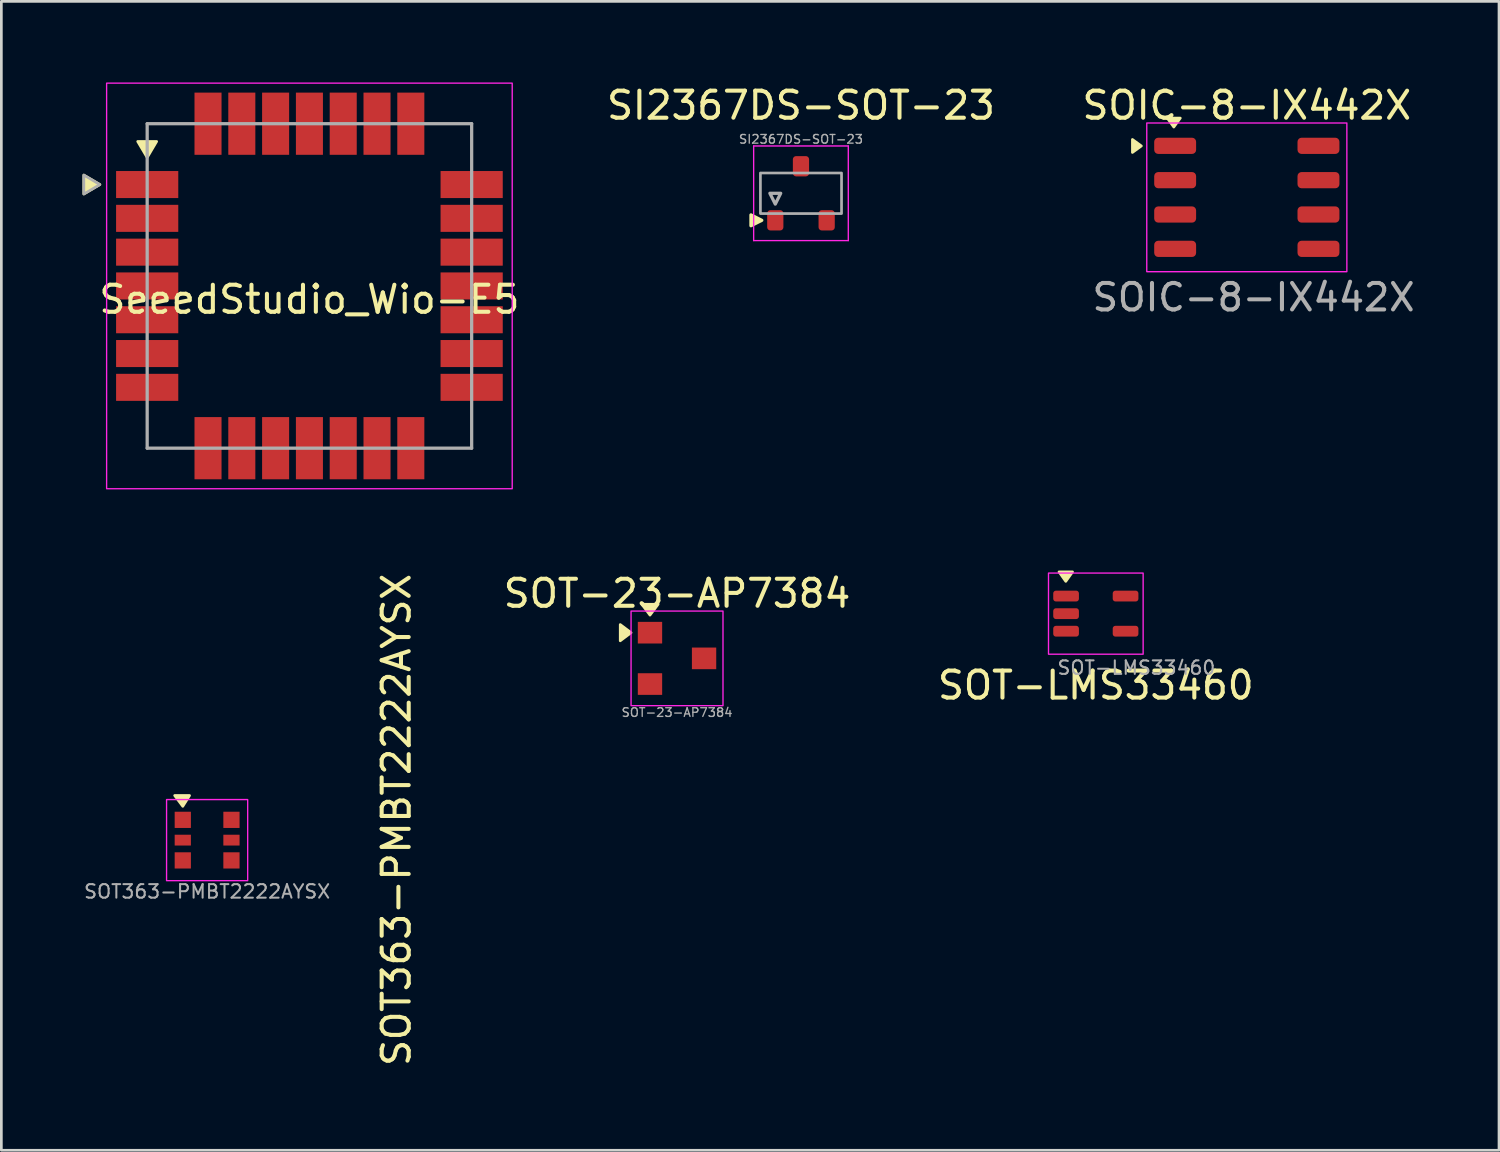
<source format=kicad_pcb>
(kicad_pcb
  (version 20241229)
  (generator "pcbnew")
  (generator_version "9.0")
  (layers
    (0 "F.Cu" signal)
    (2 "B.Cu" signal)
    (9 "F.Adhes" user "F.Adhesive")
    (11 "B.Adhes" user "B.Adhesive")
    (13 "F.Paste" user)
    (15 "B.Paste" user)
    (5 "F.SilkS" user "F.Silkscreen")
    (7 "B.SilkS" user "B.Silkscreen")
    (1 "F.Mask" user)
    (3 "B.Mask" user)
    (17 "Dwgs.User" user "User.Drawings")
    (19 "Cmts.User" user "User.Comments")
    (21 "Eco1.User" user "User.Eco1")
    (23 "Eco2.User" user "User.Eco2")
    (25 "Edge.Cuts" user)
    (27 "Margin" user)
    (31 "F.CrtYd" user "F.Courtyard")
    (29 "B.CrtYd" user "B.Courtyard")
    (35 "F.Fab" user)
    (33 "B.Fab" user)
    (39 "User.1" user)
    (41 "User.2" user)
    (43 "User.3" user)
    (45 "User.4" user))
  (footprint "SOT-23-AP7384"
    (layer "F.Cu")
    (at 21.988 21.298)
    (property "Reference" "SOT-23-AP7384" (at 0 -2.4 180) (layer "F.SilkS") (effects (font (size 1 1) (thickness 0.15))))
    (attr smd)
    (fp_poly (pts (xy -1.7 -0.95) (xy -2.1 -0.65) (xy -2.1 -1.25)) (stroke (width 0.1) (type solid)) (fill yes) (layer "F.SilkS"))
    (fp_poly (pts (xy -1 -1.6) (xy -1.3 -2) (xy -0.7 -2)) (stroke (width 0.1) (type solid)) (fill yes) (layer "F.SilkS"))
    (fp_rect (start -1.7 -1.75) (end 1.7 1.75) (stroke (width 0.05) (type default)) (fill no) (layer "F.CrtYd"))
    (fp_text user "${REFERENCE}" (at 0 2 180) (layer "F.Fab") (effects (font (size 0.32 0.32) (thickness 0.05))))
    (pad "1" smd rect (at -1 -0.95) (size 0.9 0.8) (layers "F.Cu" "F.Mask" "F.Paste"))
    (pad "2" smd rect (at -1 0.95) (size 0.9 0.8) (layers "F.Cu" "F.Mask" "F.Paste"))
    (pad "3" smd rect (at 1 0) (size 0.9 0.8) (layers "F.Cu" "F.Mask" "F.Paste")))
  (footprint "SOT-LMS33460"
    (layer "F.Cu")
    (at 37.476 19.644)
    (property "Reference" "SOT-LMS33460" (at 0 2.65 180) (layer "F.SilkS") (effects (font (size 1 1) (thickness 0.15))))
    (attr smd)
    (fp_poly (pts (xy -1.111 -1.194) (xy -1.361 -1.544) (xy -0.861 -1.544)) (stroke (width 0.1) (type solid)) (fill yes) (layer "F.SilkS"))
    (fp_rect (start -1.75 -1.5) (end 1.75 1.5) (stroke (width 0.05) (type default)) (fill no) (layer "F.CrtYd"))
    (fp_text user "${REFERENCE}" (at 1.5 2 180) (layer "F.Fab") (effects (font (size 0.5 0.5) (thickness 0.075))))
    (pad "1" smd roundrect (at -1.1 -0.65) (size 0.95 0.4) (layers "F.Cu" "F.Mask" "F.Paste") (roundrect_rratio 0.25))
    (pad "2" smd roundrect (at -1.1 0) (size 0.95 0.4) (layers "F.Cu" "F.Mask" "F.Paste") (roundrect_rratio 0.25))
    (pad "3" smd roundrect (at -1.1 0.65) (size 0.95 0.4) (layers "F.Cu" "F.Mask" "F.Paste") (roundrect_rratio 0.25))
    (pad "4" smd roundrect (at 1.1 0.65) (size 0.95 0.4) (layers "F.Cu" "F.Mask" "F.Paste") (roundrect_rratio 0.25))
    (pad "5" smd roundrect (at 1.1 -0.65) (size 0.95 0.4) (layers "F.Cu" "F.Mask" "F.Paste") (roundrect_rratio 0.25)))
  (footprint "SI2367DS-SOT-23"
    (layer "F.Cu")
    (at 26.572 4.098)
    (property "Reference" "SI2367DS-SOT-23" (at 0 -3.25 180) (layer "F.SilkS") (effects (font (size 1 1) (thickness 0.15))))
    (attr smd)
    (fp_poly (pts (xy -1.85 1.2) (xy -1.85 0.8) (xy -1.45 1)) (stroke (width 0.12) (type solid)) (fill yes) (layer "F.SilkS"))
    (fp_line (start -1.75 -1.75) (end -1.75 1.75) (stroke (width 0.05) (type solid)) (layer "F.CrtYd"))
    (fp_line (start -1.75 1.75) (end 1.75 1.75) (stroke (width 0.05) (type solid)) (layer "F.CrtYd"))
    (fp_line (start 1.75 -1.75) (end -1.75 -1.75) (stroke (width 0.05) (type solid)) (layer "F.CrtYd"))
    (fp_line (start 1.75 1.75) (end 1.75 -1.75) (stroke (width 0.05) (type solid)) (layer "F.CrtYd"))
    (fp_rect (start -1.5 -0.75) (end 1.5 0.75) (stroke (width 0.1) (type default)) (fill no) (layer "F.Fab"))
    (fp_poly (pts (xy -1.15 0) (xy -0.75 0) (xy -0.95 0.4)) (stroke (width 0.12) (type solid)) (fill no) (layer "F.Fab"))
    (fp_text user "${REFERENCE}" (at 0 -2 180) (layer "F.Fab") (effects (font (size 0.32 0.32) (thickness 0.05))))
    (pad "1" smd roundrect (at -0.95 1) (size 0.6 0.75) (layers "F.Cu" "F.Mask" "F.Paste") (roundrect_rratio 0.2))
    (pad "2" smd roundrect (at 0.95 1) (size 0.6 0.75) (layers "F.Cu" "F.Mask" "F.Paste") (roundrect_rratio 0.2))
    (pad "3" smd roundrect (at 0 -1) (size 0.6 0.75) (layers "F.Cu" "F.Mask" "F.Paste") (roundrect_rratio 0.2)))
  (footprint "SOIC-8-IX442X"
    (layer "F.Cu")
    (at 43.06 4.248)
    (property "Reference" "SOIC-8-IX442X" (at 0 -3.4 0) (layer "F.SilkS") (effects (font (size 1 1) (thickness 0.15))))
    (attr smd)
    (fp_poly (pts (xy -3.9 -1.9) (xy -4.23 -1.66) (xy -4.23 -2.14) (xy -3.9 -1.9)) (stroke (width 0.1) (type solid)) (fill yes) (layer "F.SilkS"))
    (fp_poly (pts (xy -2.7 -2.6) (xy -2.94 -2.93) (xy -2.46 -2.93) (xy -2.7 -2.6)) (stroke (width 0.1) (type solid)) (fill yes) (layer "F.SilkS"))
    (fp_rect (start -3.7 -2.75) (end 3.7 2.75) (stroke (width 0.05) (type default)) (fill no) (layer "F.CrtYd"))
    (fp_text user "${REFERENCE}" (at 0.25 3.7 0) (layer "F.Fab") (effects (font (size 0.98 0.98) (thickness 0.15))))
    (pad "1" smd roundrect (at -2.65 -1.905) (size 1.55 0.6) (layers "F.Cu" "F.Mask" "F.Paste") (roundrect_rratio 0.25))
    (pad "2" smd roundrect (at -2.65 -0.635) (size 1.55 0.6) (layers "F.Cu" "F.Mask" "F.Paste") (roundrect_rratio 0.25))
    (pad "3" smd roundrect (at -2.65 0.635) (size 1.55 0.6) (layers "F.Cu" "F.Mask" "F.Paste") (roundrect_rratio 0.25))
    (pad "4" smd roundrect (at -2.65 1.905) (size 1.55 0.6) (layers "F.Cu" "F.Mask" "F.Paste") (roundrect_rratio 0.25))
    (pad "5" smd roundrect (at 2.65 1.905) (size 1.55 0.6) (layers "F.Cu" "F.Mask" "F.Paste") (roundrect_rratio 0.25))
    (pad "6" smd roundrect (at 2.65 0.635) (size 1.55 0.6) (layers "F.Cu" "F.Mask" "F.Paste") (roundrect_rratio 0.25))
    (pad "7" smd roundrect (at 2.65 -0.635) (size 1.55 0.6) (layers "F.Cu" "F.Mask" "F.Paste") (roundrect_rratio 0.25))
    (pad "8" smd roundrect (at 2.65 -1.905) (size 1.55 0.6) (layers "F.Cu" "F.Mask" "F.Paste") (roundrect_rratio 0.25)))
  (footprint "SeeedStudio_Wio-E5"
    (layer "F.Cu")
    (at 8.393 7.525)
    (property "Reference" "SeeedStudio_Wio-E5" (at 0 0.5 0) (layer "F.SilkS") (effects (font (size 1 1) (thickness 0.15))))
    (attr smd)
    (fp_poly (pts (xy -8.343 -3.4) (xy -8.343 -4.1) (xy -7.75 -3.75)) (stroke (width 0.1) (type solid)) (fill yes) (layer "F.SilkS"))
    (fp_poly (pts (xy -6.35 -5.343) (xy -5.65 -5.343) (xy -6 -4.75)) (stroke (width 0.1) (type solid)) (fill yes) (layer "F.SilkS"))
    (fp_rect (start -7.5 -7.5) (end 7.5 7.5) (stroke (width 0.05) (type default)) (fill no) (layer "F.CrtYd"))
    (fp_line (start -6 -6) (end 6 -6) (stroke (width 0.12) (type solid)) (layer "F.Fab"))
    (fp_line (start -6 6) (end -6 -6) (stroke (width 0.12) (type solid)) (layer "F.Fab"))
    (fp_line (start 6 -6) (end 6 6) (stroke (width 0.12) (type solid)) (layer "F.Fab"))
    (fp_line (start 6 6) (end -6 6) (stroke (width 0.12) (type solid)) (layer "F.Fab"))
    (fp_poly (pts (xy -8.343 -3.4) (xy -8.343 -4.1) (xy -7.75 -3.75)) (stroke (width 0.1) (type solid)) (fill no) (layer "F.Fab"))
    (pad "1" smd rect (at -6 -3.75 90) (size 1 2.3) (layers "F.Cu" "F.Mask" "F.Paste"))
    (pad "2" smd rect (at -6 -2.5 90) (size 1 2.3) (layers "F.Cu" "F.Mask" "F.Paste"))
    (pad "3" smd rect (at -6 -1.25 90) (size 1 2.3) (layers "F.Cu" "F.Mask" "F.Paste"))
    (pad "4" smd rect (at -6 0 90) (size 1 2.3) (layers "F.Cu" "F.Mask" "F.Paste"))
    (pad "5" smd rect (at -6 1.25 90) (size 1 2.3) (layers "F.Cu" "F.Mask" "F.Paste"))
    (pad "6" smd rect (at -6 2.5 90) (size 1 2.3) (layers "F.Cu" "F.Mask" "F.Paste"))
    (pad "7" smd rect (at -6 3.75 90) (size 1 2.3) (layers "F.Cu" "F.Mask" "F.Paste"))
    (pad "8" smd rect (at -3.75 6 180) (size 1 2.3) (layers "F.Cu" "F.Mask" "F.Paste"))
    (pad "9" smd rect (at -2.5 6 180) (size 1 2.3) (layers "F.Cu" "F.Mask" "F.Paste"))
    (pad "10" smd rect (at -1.25 6 180) (size 1 2.3) (layers "F.Cu" "F.Mask" "F.Paste"))
    (pad "11" smd rect (at 0 6 180) (size 1 2.3) (layers "F.Cu" "F.Mask" "F.Paste"))
    (pad "12" smd rect (at 1.25 6 180) (size 1 2.3) (layers "F.Cu" "F.Mask" "F.Paste"))
    (pad "13" smd rect (at 2.5 6 180) (size 1 2.3) (layers "F.Cu" "F.Mask" "F.Paste"))
    (pad "14" smd rect (at 3.75 6 180) (size 1 2.3) (layers "F.Cu" "F.Mask" "F.Paste"))
    (pad "15" smd rect (at 6 3.75 270) (size 1 2.3) (layers "F.Cu" "F.Mask" "F.Paste"))
    (pad "16" smd rect (at 6 2.5 270) (size 1 2.3) (layers "F.Cu" "F.Mask" "F.Paste"))
    (pad "17" smd rect (at 6 1.25 270) (size 1 2.3) (layers "F.Cu" "F.Mask" "F.Paste"))
    (pad "18" smd rect (at 6 0 270) (size 1 2.3) (layers "F.Cu" "F.Mask" "F.Paste"))
    (pad "19" smd rect (at 6 -1.25 270) (size 1 2.3) (layers "F.Cu" "F.Mask" "F.Paste"))
    (pad "20" smd rect (at 6 -2.5 270) (size 1 2.3) (layers "F.Cu" "F.Mask" "F.Paste"))
    (pad "21" smd rect (at 6 -3.75 270) (size 1 2.3) (layers "F.Cu" "F.Mask" "F.Paste"))
    (pad "22" smd rect (at 3.75 -6) (size 1 2.3) (layers "F.Cu" "F.Mask" "F.Paste"))
    (pad "23" smd rect (at 2.5 -6) (size 1 2.3) (layers "F.Cu" "F.Mask" "F.Paste"))
    (pad "24" smd rect (at 1.25 -6) (size 1 2.3) (layers "F.Cu" "F.Mask" "F.Paste"))
    (pad "25" smd rect (at 0 -6) (size 1 2.3) (layers "F.Cu" "F.Mask" "F.Paste"))
    (pad "26" smd rect (at -1.25 -6) (size 1 2.3) (layers "F.Cu" "F.Mask" "F.Paste"))
    (pad "27" smd rect (at -2.5 -6) (size 1 2.3) (layers "F.Cu" "F.Mask" "F.Paste"))
    (pad "28" smd rect (at -3.75 -6) (size 1 2.3) (layers "F.Cu" "F.Mask" "F.Paste")))
  (footprint "SOT363-PMBT2222AYSX"
    (layer "F.Cu")
    (at 4.61 28.02)
    (property "Reference" "SOT363-PMBT2222AYSX" (at 7 -0.75 270) (layer "F.SilkS") (effects (font (size 1 1) (thickness 0.15))))
    (attr smd)
    (fp_poly (pts (xy -0.9 -1.25) (xy -1.2 -1.65) (xy -0.65 -1.65)) (stroke (width 0.1) (type solid)) (fill yes) (layer "F.SilkS"))
    (fp_rect (start -1.5 -1.5) (end 1.5 1.5) (stroke (width 0.05) (type default)) (fill no) (layer "F.CrtYd"))
    (fp_text user "${REFERENCE}" (at 0 1.9 180) (layer "F.Fab") (effects (font (size 0.5 0.5) (thickness 0.075))))
    (pad "1" smd rect (at -0.9 -0.75) (size 0.6 0.6) (layers "F.Cu" "F.Mask" "F.Paste"))
    (pad "2" smd rect (at -0.9 0) (size 0.6 0.4) (layers "F.Cu" "F.Mask" "F.Paste"))
    (pad "3" smd rect (at -0.9 0.75) (size 0.6 0.6) (layers "F.Cu" "F.Mask" "F.Paste"))
    (pad "4" smd rect (at 0.9 0.75) (size 0.6 0.6) (layers "F.Cu" "F.Mask" "F.Paste"))
    (pad "5" smd rect (at 0.9 0) (size 0.6 0.4) (layers "F.Cu" "F.Mask" "F.Paste"))
    (pad "6" smd rect (at 0.9 -0.75) (size 0.6 0.6) (layers "F.Cu" "F.Mask" "F.Paste")))
  (gr_rect
    (start -3 -3)
    (end 52.387 39.49)
    (stroke (width 0.1) (type default))
    (fill no)
    (layer "Edge.Cuts")))
</source>
